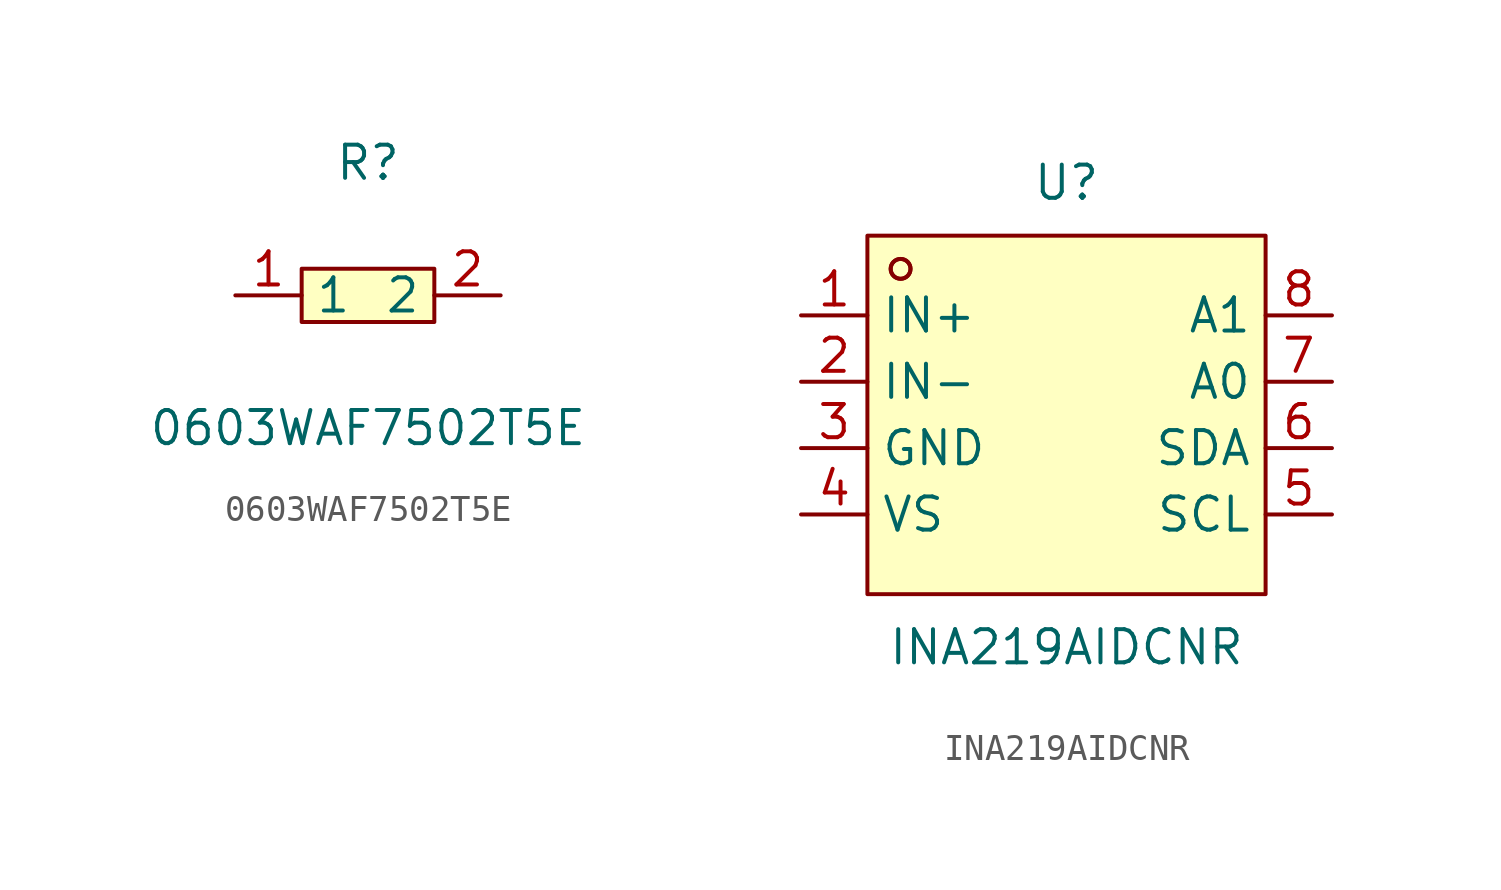
<source format=kicad_sym>
(kicad_symbol_lib
  (version 20231120)
  (generator "kicad_symbol_editor")
  (generator_version "8.0")
  (symbol "0603WAF7502T5E"
    (property "Reference" "R"
      (at 0 5.08 0)
      (effects (font (size 1.27 1.27))))
    (property "Value" "0603WAF7502T5E"
      (at 0 -5.08 0)
      (effects (font (size 1.27 1.27))))
    (symbol "0603WAF7502T5E_0_1"
      (rectangle (start -2.54 1.02) (end 2.54 -1.02) (stroke (width 0) (type default) (color 0 0 0 0)) (fill (type background)))
      (pin input line (at 5.08 -0.00 180) (length 2.54) (name "2" (effects (font (size 1.27 1.27)))) (number "2" (effects (font (size 1.27 1.27)))))
      (pin input line (at -5.08 -0.00 0) (length 2.54) (name "1" (effects (font (size 1.27 1.27)))) (number "1" (effects (font (size 1.27 1.27)))))))
  (symbol "INA219AIDCNR"
    (property "Reference" "U"
      (at 0 8.89 0)
      (effects (font (size 1.27 1.27))))
    (property "Value" "INA219AIDCNR"
      (at 0 -8.89 0)
      (effects (font (size 1.27 1.27))))
    (symbol "INA219AIDCNR_0_1"
      (rectangle (start -7.62 6.86) (end 7.62 -6.86) (stroke (width 0) (type default) (color 0 0 0 0)) (fill (type background)))
      (circle (center -6.35 5.59) (radius 0.38) (stroke (width 0) (type default) (color 0 0 0 0)) (fill (type none)))
      (circle (center -6.35 5.59) (radius 0.38) (stroke (width 0) (type default) (color 0 0 0 0)) (fill (type none)))
      (pin unspecified line (at -10.16 3.81 0) (length 2.54) (name "IN+" (effects (font (size 1.27 1.27)))) (number "1" (effects (font (size 1.27 1.27)))))
      (pin unspecified line (at -10.16 1.27 0) (length 2.54) (name "IN-" (effects (font (size 1.27 1.27)))) (number "2" (effects (font (size 1.27 1.27)))))
      (pin unspecified line (at -10.16 -1.27 0) (length 2.54) (name "GND" (effects (font (size 1.27 1.27)))) (number "3" (effects (font (size 1.27 1.27)))))
      (pin unspecified line (at -10.16 -3.81 0) (length 2.54) (name "VS" (effects (font (size 1.27 1.27)))) (number "4" (effects (font (size 1.27 1.27)))))
      (pin unspecified line (at 10.16 -3.81 180) (length 2.54) (name "SCL" (effects (font (size 1.27 1.27)))) (number "5" (effects (font (size 1.27 1.27)))))
      (pin unspecified line (at 10.16 -1.27 180) (length 2.54) (name "SDA" (effects (font (size 1.27 1.27)))) (number "6" (effects (font (size 1.27 1.27)))))
      (pin unspecified line (at 10.16 1.27 180) (length 2.54) (name "A0" (effects (font (size 1.27 1.27)))) (number "7" (effects (font (size 1.27 1.27)))))
      (pin unspecified line (at 10.16 3.81 180) (length 2.54) (name "A1" (effects (font (size 1.27 1.27)))) (number "8" (effects (font (size 1.27 1.27))))))))
</source>
